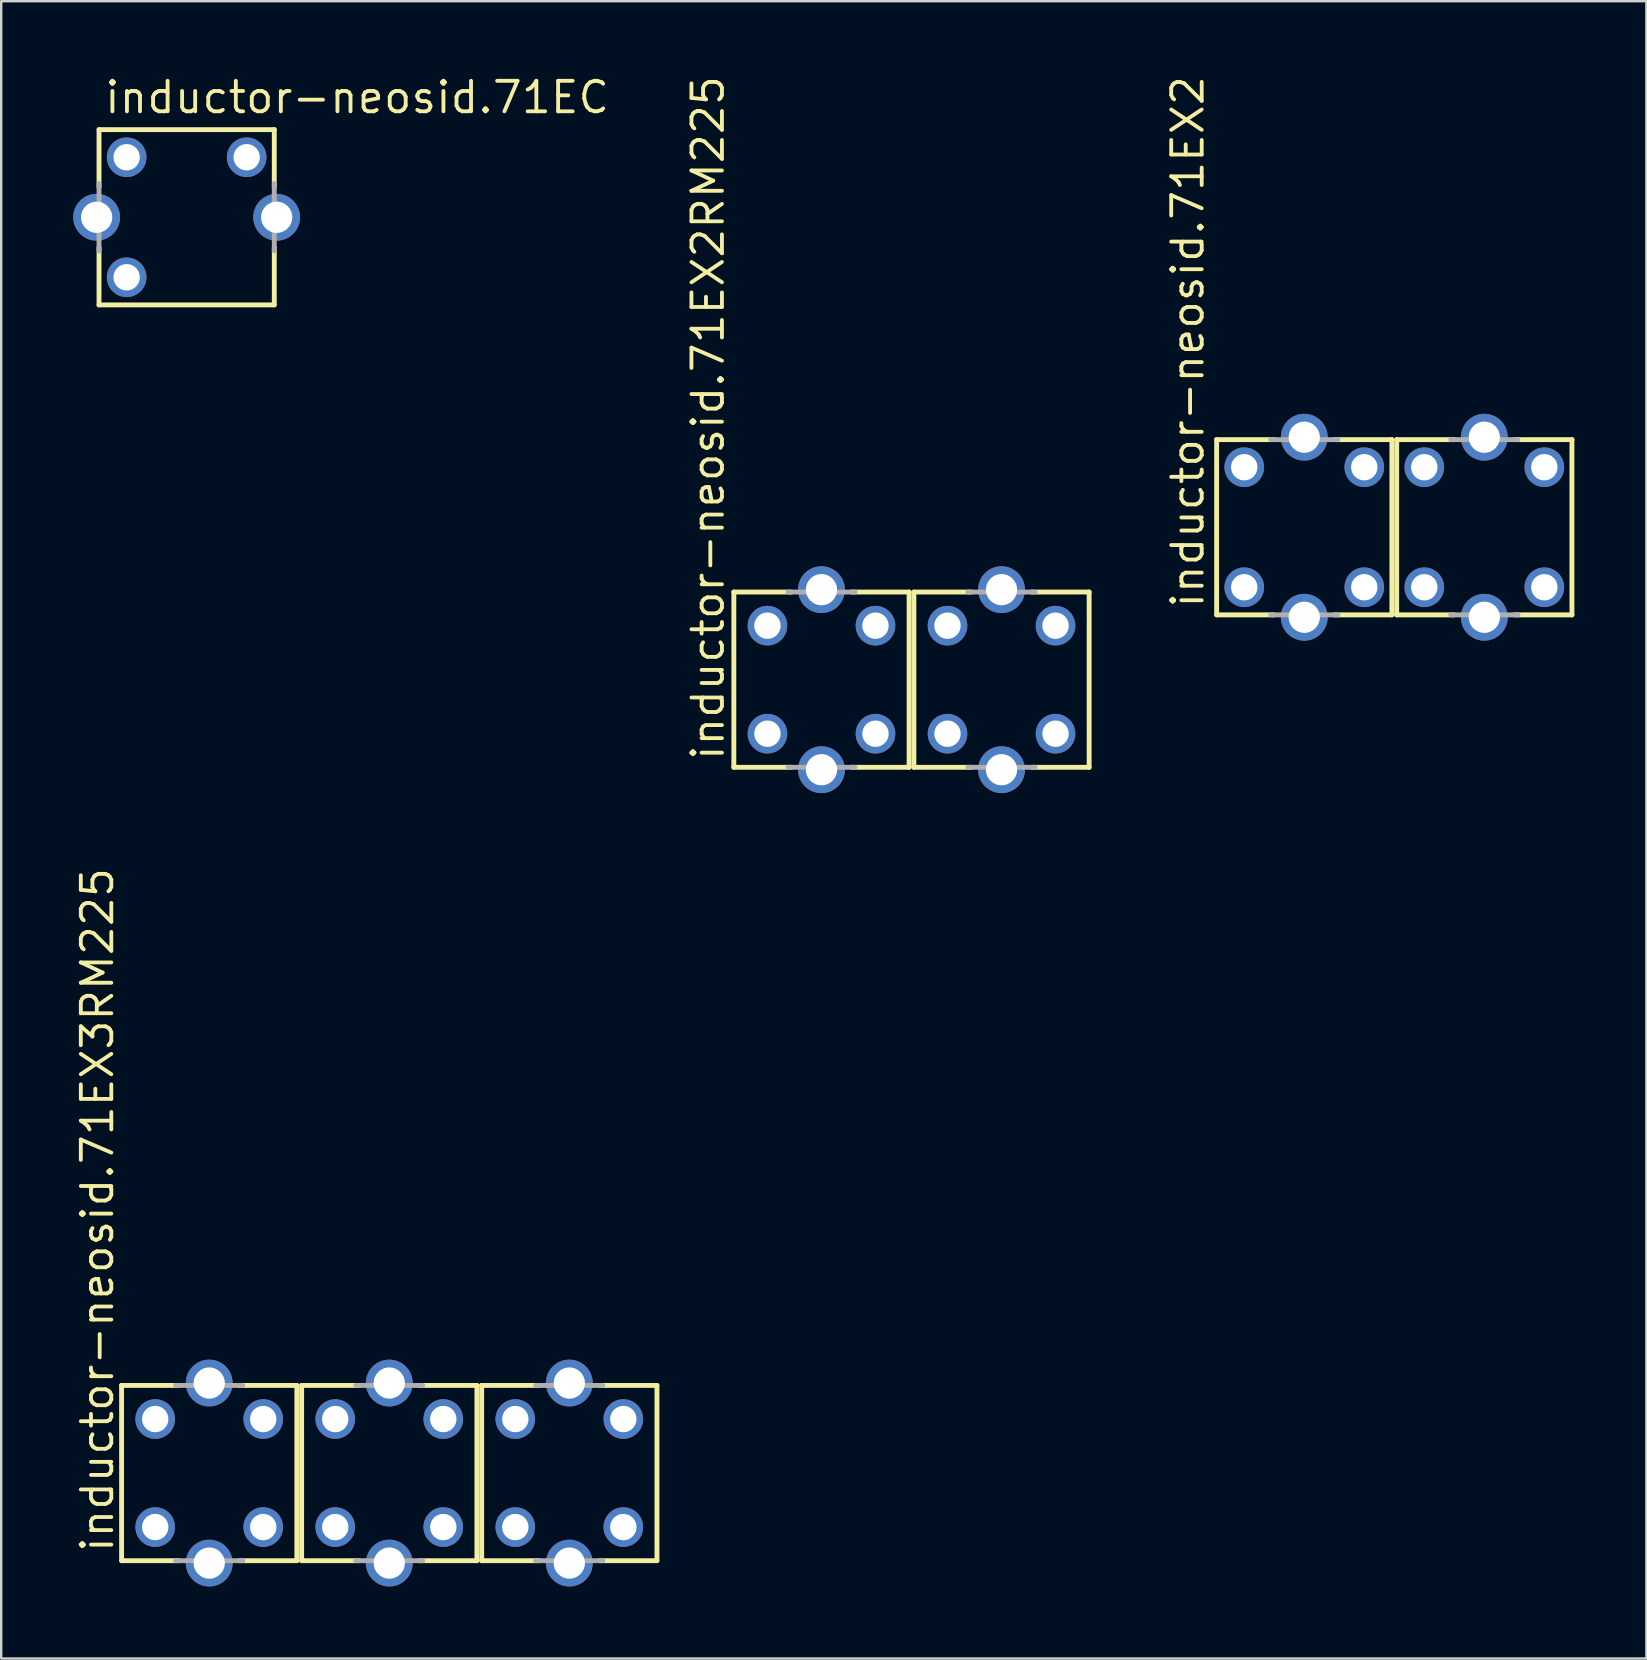
<source format=kicad_pcb>
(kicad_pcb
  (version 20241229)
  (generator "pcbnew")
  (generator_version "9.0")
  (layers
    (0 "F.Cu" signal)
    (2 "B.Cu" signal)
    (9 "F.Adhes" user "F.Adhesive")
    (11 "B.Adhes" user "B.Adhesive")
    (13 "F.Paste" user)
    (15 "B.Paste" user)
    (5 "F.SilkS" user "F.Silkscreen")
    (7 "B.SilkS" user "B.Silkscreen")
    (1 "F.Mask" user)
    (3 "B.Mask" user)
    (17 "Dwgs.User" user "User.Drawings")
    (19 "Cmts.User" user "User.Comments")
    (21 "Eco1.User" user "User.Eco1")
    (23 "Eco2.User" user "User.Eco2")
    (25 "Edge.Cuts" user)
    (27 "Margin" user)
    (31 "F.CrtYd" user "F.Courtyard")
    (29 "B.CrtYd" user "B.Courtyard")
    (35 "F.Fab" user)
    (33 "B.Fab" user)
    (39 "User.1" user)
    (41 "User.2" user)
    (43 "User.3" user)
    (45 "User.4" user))
  (footprint "inductor-neosid.71EX2"
    (layer "F.Cu")
    (at 55.029 18.912)
    (property "Reference" "inductor-neosid.71EX2" (at -7.859 3.448 90) (layer "F.SilkS") (effects (font (size 1.27 1.27) (thickness 0.16)) (justify left bottom)))
    (attr through_hole)
    (fp_line (start -7.4 -3.65) (end -5 -3.65) (stroke (width 0.203) (type default)) (layer "F.SilkS"))
    (fp_line (start -7.4 3.65) (end -7.4 -3.65) (stroke (width 0.203) (type default)) (layer "F.SilkS"))
    (fp_line (start -5 3.65) (end -7.4 3.65) (stroke (width 0.203) (type default)) (layer "F.SilkS"))
    (fp_line (start -2.5 -3.65) (end -0.1 -3.65) (stroke (width 0.203) (type default)) (layer "F.SilkS"))
    (fp_line (start -0.1 -3.65) (end -0.1 3.65) (stroke (width 0.203) (type default)) (layer "F.SilkS"))
    (fp_line (start -0.1 3.65) (end -2.5 3.65) (stroke (width 0.203) (type default)) (layer "F.SilkS"))
    (fp_line (start 0.1 -3.65) (end 2.5 -3.65) (stroke (width 0.203) (type default)) (layer "F.SilkS"))
    (fp_line (start 0.1 3.65) (end 0.1 -3.65) (stroke (width 0.203) (type default)) (layer "F.SilkS"))
    (fp_line (start 2.5 3.65) (end 0.1 3.65) (stroke (width 0.203) (type default)) (layer "F.SilkS"))
    (fp_line (start 5 -3.65) (end 7.4 -3.65) (stroke (width 0.203) (type default)) (layer "F.SilkS"))
    (fp_line (start 7.4 -3.65) (end 7.4 3.65) (stroke (width 0.203) (type default)) (layer "F.SilkS"))
    (fp_line (start 7.4 3.65) (end 5 3.65) (stroke (width 0.203) (type default)) (layer "F.SilkS"))
    (fp_line (start -5.15 -3.65) (end -2.35 -3.65) (stroke (width 0.203) (type default)) (layer "F.Fab"))
    (fp_line (start -2.35 3.65) (end -5.15 3.65) (stroke (width 0.203) (type default)) (layer "F.Fab"))
    (fp_line (start 2.35 -3.65) (end 5.15 -3.65) (stroke (width 0.203) (type default)) (layer "F.Fab"))
    (fp_line (start 5.15 3.65) (end 2.35 3.65) (stroke (width 0.203) (type default)) (layer "F.Fab"))
    (pad "1" thru_hole circle (at 1.25 2.5) (size 1.65 1.65) (drill 1.1) (layers "*.Cu" "*.Mask"))
    (pad "2" thru_hole circle (at 1.25 -2.5) (size 1.65 1.65) (drill 1.1) (layers "*.Cu" "*.Mask"))
    (pad "4" thru_hole circle (at 6.25 -2.5) (size 1.65 1.65) (drill 1.1) (layers "*.Cu" "*.Mask"))
    (pad "5" thru_hole circle (at 6.25 2.5) (size 1.65 1.65) (drill 1.1) (layers "*.Cu" "*.Mask"))
    (pad "21" thru_hole circle (at -6.25 2.5) (size 1.65 1.65) (drill 1.1) (layers "*.Cu" "*.Mask"))
    (pad "22" thru_hole circle (at -6.25 -2.5) (size 1.65 1.65) (drill 1.1) (layers "*.Cu" "*.Mask"))
    (pad "24" thru_hole circle (at -1.25 -2.5) (size 1.65 1.65) (drill 1.1) (layers "*.Cu" "*.Mask"))
    (pad "25" thru_hole circle (at -1.25 2.5) (size 1.65 1.65) (drill 1.1) (layers "*.Cu" "*.Mask"))
    (pad "S1" thru_hole circle (at 3.75 3.75) (size 1.95 1.95) (drill 1.3) (layers "*.Cu" "*.Mask"))
    (pad "S2" thru_hole circle (at 3.75 -3.75) (size 1.95 1.95) (drill 1.3) (layers "*.Cu" "*.Mask"))
    (pad "S3" thru_hole circle (at -3.75 3.75) (size 1.95 1.95) (drill 1.3) (layers "*.Cu" "*.Mask"))
    (pad "S4" thru_hole circle (at -3.75 -3.75) (size 1.95 1.95) (drill 1.3) (layers "*.Cu" "*.Mask")))
  (footprint "inductor-neosid.71EX2RM225"
    (layer "F.Cu")
    (at 34.918 25.262)
    (property "Reference" "inductor-neosid.71EX2RM225" (at -7.732 3.448 90) (layer "F.SilkS") (effects (font (size 1.27 1.27) (thickness 0.16)) (justify left bottom)))
    (attr through_hole)
    (fp_line (start -7.4 -3.65) (end -5 -3.65) (stroke (width 0.203) (type default)) (layer "F.SilkS"))
    (fp_line (start -7.4 3.65) (end -7.4 -3.65) (stroke (width 0.203) (type default)) (layer "F.SilkS"))
    (fp_line (start -5 3.65) (end -7.4 3.65) (stroke (width 0.203) (type default)) (layer "F.SilkS"))
    (fp_line (start -2.5 -3.65) (end -0.1 -3.65) (stroke (width 0.203) (type default)) (layer "F.SilkS"))
    (fp_line (start -0.1 -3.65) (end -0.1 3.65) (stroke (width 0.203) (type default)) (layer "F.SilkS"))
    (fp_line (start -0.1 3.65) (end -2.5 3.65) (stroke (width 0.203) (type default)) (layer "F.SilkS"))
    (fp_line (start 0.1 -3.65) (end 2.5 -3.65) (stroke (width 0.203) (type default)) (layer "F.SilkS"))
    (fp_line (start 0.1 3.65) (end 0.1 -3.65) (stroke (width 0.203) (type default)) (layer "F.SilkS"))
    (fp_line (start 2.5 3.65) (end 0.1 3.65) (stroke (width 0.203) (type default)) (layer "F.SilkS"))
    (fp_line (start 5 -3.65) (end 7.4 -3.65) (stroke (width 0.203) (type default)) (layer "F.SilkS"))
    (fp_line (start 7.4 -3.65) (end 7.4 3.65) (stroke (width 0.203) (type default)) (layer "F.SilkS"))
    (fp_line (start 7.4 3.65) (end 5 3.65) (stroke (width 0.203) (type default)) (layer "F.SilkS"))
    (fp_line (start -5.15 -3.65) (end -2.35 -3.65) (stroke (width 0.203) (type default)) (layer "F.Fab"))
    (fp_line (start -2.35 3.65) (end -5.15 3.65) (stroke (width 0.203) (type default)) (layer "F.Fab"))
    (fp_line (start 2.35 -3.65) (end 5.15 -3.65) (stroke (width 0.203) (type default)) (layer "F.Fab"))
    (fp_line (start 5.15 3.65) (end 2.35 3.65) (stroke (width 0.203) (type default)) (layer "F.Fab"))
    (pad "1" thru_hole circle (at 1.5 2.25) (size 1.65 1.65) (drill 1.1) (layers "*.Cu" "*.Mask"))
    (pad "2" thru_hole circle (at 1.5 -2.25) (size 1.65 1.65) (drill 1.1) (layers "*.Cu" "*.Mask"))
    (pad "4" thru_hole circle (at 6 -2.25) (size 1.65 1.65) (drill 1.1) (layers "*.Cu" "*.Mask"))
    (pad "5" thru_hole circle (at 6 2.25) (size 1.65 1.65) (drill 1.1) (layers "*.Cu" "*.Mask"))
    (pad "21" thru_hole circle (at -6 2.25) (size 1.65 1.65) (drill 1.1) (layers "*.Cu" "*.Mask"))
    (pad "22" thru_hole circle (at -6 -2.25) (size 1.65 1.65) (drill 1.1) (layers "*.Cu" "*.Mask"))
    (pad "24" thru_hole circle (at -1.5 -2.25) (size 1.65 1.65) (drill 1.1) (layers "*.Cu" "*.Mask"))
    (pad "25" thru_hole circle (at -1.5 2.25) (size 1.65 1.65) (drill 1.1) (layers "*.Cu" "*.Mask"))
    (pad "S1" thru_hole circle (at 3.75 3.75) (size 1.95 1.95) (drill 1.3) (layers "*.Cu" "*.Mask"))
    (pad "S2" thru_hole circle (at 3.75 -3.75) (size 1.95 1.95) (drill 1.3) (layers "*.Cu" "*.Mask"))
    (pad "S3" thru_hole circle (at -3.75 3.75) (size 1.95 1.95) (drill 1.3) (layers "*.Cu" "*.Mask"))
    (pad "S4" thru_hole circle (at -3.75 -3.75) (size 1.95 1.95) (drill 1.3) (layers "*.Cu" "*.Mask")))
  (footprint "inductor-neosid.71EC"
    (layer "F.Cu")
    (at 4.725 6)
    (property "Reference" "inductor-neosid.71EC" (at -3.5 -4.25 0) (layer "F.SilkS") (effects (font (size 1.27 1.27) (thickness 0.16)) (justify left bottom)))
    (attr through_hole)
    (fp_line (start -3.65 -3.65) (end 3.65 -3.65) (stroke (width 0.203) (type default)) (layer "F.SilkS"))
    (fp_line (start -3.65 -1.25) (end -3.65 -3.65) (stroke (width 0.203) (type default)) (layer "F.SilkS"))
    (fp_line (start -3.65 3.65) (end -3.65 1.25) (stroke (width 0.203) (type default)) (layer "F.SilkS"))
    (fp_line (start 3.65 -3.65) (end 3.65 -1.25) (stroke (width 0.203) (type default)) (layer "F.SilkS"))
    (fp_line (start 3.65 1.25) (end 3.65 3.65) (stroke (width 0.203) (type default)) (layer "F.SilkS"))
    (fp_line (start 3.65 3.65) (end -3.65 3.65) (stroke (width 0.203) (type default)) (layer "F.SilkS"))
    (fp_line (start -3.65 1.4) (end -3.65 -1.4) (stroke (width 0.203) (type default)) (layer "F.Fab"))
    (fp_line (start 3.65 -1.4) (end 3.65 1.4) (stroke (width 0.203) (type default)) (layer "F.Fab"))
    (pad "1" thru_hole circle (at -2.5 2.5) (size 1.65 1.65) (drill 1.1) (layers "*.Cu" "*.Mask"))
    (pad "2" thru_hole circle (at -2.5 -2.5) (size 1.65 1.65) (drill 1.1) (layers "*.Cu" "*.Mask"))
    (pad "4" thru_hole circle (at 2.5 -2.5) (size 1.65 1.65) (drill 1.1) (layers "*.Cu" "*.Mask"))
    (pad "S1" thru_hole circle (at -3.75 0) (size 1.95 1.95) (drill 1.3) (layers "*.Cu" "*.Mask"))
    (pad "S2" thru_hole circle (at 3.75 0) (size 1.95 1.95) (drill 1.3) (layers "*.Cu" "*.Mask")))
  (footprint "inductor-neosid.71EX3RM225"
    (layer "F.Cu")
    (at 13.165 58.31)
    (property "Reference" "inductor-neosid.71EX3RM225" (at -11.415 3.388 90) (layer "F.SilkS") (effects (font (size 1.27 1.27) (thickness 0.16)) (justify left bottom)))
    (attr through_hole)
    (fp_line (start -11.15 -3.65) (end -8.75 -3.65) (stroke (width 0.203) (type default)) (layer "F.SilkS"))
    (fp_line (start -11.15 3.65) (end -11.15 -3.65) (stroke (width 0.203) (type default)) (layer "F.SilkS"))
    (fp_line (start -8.75 3.65) (end -11.15 3.65) (stroke (width 0.203) (type default)) (layer "F.SilkS"))
    (fp_line (start -6.25 -3.65) (end -3.85 -3.65) (stroke (width 0.203) (type default)) (layer "F.SilkS"))
    (fp_line (start -3.85 -3.65) (end -3.85 3.65) (stroke (width 0.203) (type default)) (layer "F.SilkS"))
    (fp_line (start -3.85 3.65) (end -6.25 3.65) (stroke (width 0.203) (type default)) (layer "F.SilkS"))
    (fp_line (start -3.65 -3.65) (end -1.25 -3.65) (stroke (width 0.203) (type default)) (layer "F.SilkS"))
    (fp_line (start -3.65 3.65) (end -3.65 -3.65) (stroke (width 0.203) (type default)) (layer "F.SilkS"))
    (fp_line (start -1.25 3.65) (end -3.65 3.65) (stroke (width 0.203) (type default)) (layer "F.SilkS"))
    (fp_line (start 1.25 -3.65) (end 3.65 -3.65) (stroke (width 0.203) (type default)) (layer "F.SilkS"))
    (fp_line (start 3.65 -3.65) (end 3.65 3.65) (stroke (width 0.203) (type default)) (layer "F.SilkS"))
    (fp_line (start 3.65 3.65) (end 1.25 3.65) (stroke (width 0.203) (type default)) (layer "F.SilkS"))
    (fp_line (start 3.85 -3.65) (end 6.25 -3.65) (stroke (width 0.203) (type default)) (layer "F.SilkS"))
    (fp_line (start 3.85 3.65) (end 3.85 -3.65) (stroke (width 0.203) (type default)) (layer "F.SilkS"))
    (fp_line (start 6.25 3.65) (end 3.85 3.65) (stroke (width 0.203) (type default)) (layer "F.SilkS"))
    (fp_line (start 8.75 -3.65) (end 11.15 -3.65) (stroke (width 0.203) (type default)) (layer "F.SilkS"))
    (fp_line (start 11.15 -3.65) (end 11.15 3.65) (stroke (width 0.203) (type default)) (layer "F.SilkS"))
    (fp_line (start 11.15 3.65) (end 8.75 3.65) (stroke (width 0.203) (type default)) (layer "F.SilkS"))
    (fp_line (start -8.9 -3.65) (end -6.1 -3.65) (stroke (width 0.203) (type default)) (layer "F.Fab"))
    (fp_line (start -6.1 3.65) (end -8.9 3.65) (stroke (width 0.203) (type default)) (layer "F.Fab"))
    (fp_line (start -1.4 -3.65) (end 1.4 -3.65) (stroke (width 0.203) (type default)) (layer "F.Fab"))
    (fp_line (start 1.4 3.65) (end -1.4 3.65) (stroke (width 0.203) (type default)) (layer "F.Fab"))
    (fp_line (start 6.1 -3.65) (end 8.9 -3.65) (stroke (width 0.203) (type default)) (layer "F.Fab"))
    (fp_line (start 8.9 3.65) (end 6.1 3.65) (stroke (width 0.203) (type default)) (layer "F.Fab"))
    (pad "1" thru_hole circle (at 5.25 2.25) (size 1.65 1.65) (drill 1.1) (layers "*.Cu" "*.Mask"))
    (pad "2" thru_hole circle (at 5.25 -2.25) (size 1.65 1.65) (drill 1.1) (layers "*.Cu" "*.Mask"))
    (pad "4" thru_hole circle (at 9.75 -2.25) (size 1.65 1.65) (drill 1.1) (layers "*.Cu" "*.Mask"))
    (pad "5" thru_hole circle (at 9.75 2.25) (size 1.65 1.65) (drill 1.1) (layers "*.Cu" "*.Mask"))
    (pad "21" thru_hole circle (at -2.25 2.25) (size 1.65 1.65) (drill 1.1) (layers "*.Cu" "*.Mask"))
    (pad "22" thru_hole circle (at -2.25 -2.25) (size 1.65 1.65) (drill 1.1) (layers "*.Cu" "*.Mask"))
    (pad "24" thru_hole circle (at 2.25 -2.25) (size 1.65 1.65) (drill 1.1) (layers "*.Cu" "*.Mask"))
    (pad "25" thru_hole circle (at 2.25 2.25) (size 1.65 1.65) (drill 1.1) (layers "*.Cu" "*.Mask"))
    (pad "31" thru_hole circle (at -9.75 2.25) (size 1.65 1.65) (drill 1.1) (layers "*.Cu" "*.Mask"))
    (pad "32" thru_hole circle (at -9.75 -2.25) (size 1.65 1.65) (drill 1.1) (layers "*.Cu" "*.Mask"))
    (pad "34" thru_hole circle (at -5.25 -2.25) (size 1.65 1.65) (drill 1.1) (layers "*.Cu" "*.Mask"))
    (pad "35" thru_hole circle (at -5.25 2.25) (size 1.65 1.65) (drill 1.1) (layers "*.Cu" "*.Mask"))
    (pad "S1" thru_hole circle (at 7.5 3.75) (size 1.95 1.95) (drill 1.3) (layers "*.Cu" "*.Mask"))
    (pad "S2" thru_hole circle (at 7.5 -3.75) (size 1.95 1.95) (drill 1.3) (layers "*.Cu" "*.Mask"))
    (pad "S3" thru_hole circle (at 0 3.75) (size 1.95 1.95) (drill 1.3) (layers "*.Cu" "*.Mask"))
    (pad "S4" thru_hole circle (at 0 -3.75) (size 1.95 1.95) (drill 1.3) (layers "*.Cu" "*.Mask"))
    (pad "S5" thru_hole circle (at -7.5 3.75) (size 1.95 1.95) (drill 1.3) (layers "*.Cu" "*.Mask"))
    (pad "S6" thru_hole circle (at -7.5 -3.75) (size 1.95 1.95) (drill 1.3) (layers "*.Cu" "*.Mask")))
  (gr_rect
    (start -3 -3)
    (end 65.53 66.035)
    (stroke (width 0.1) (type default))
    (fill no)
    (layer "Edge.Cuts")))
</source>
